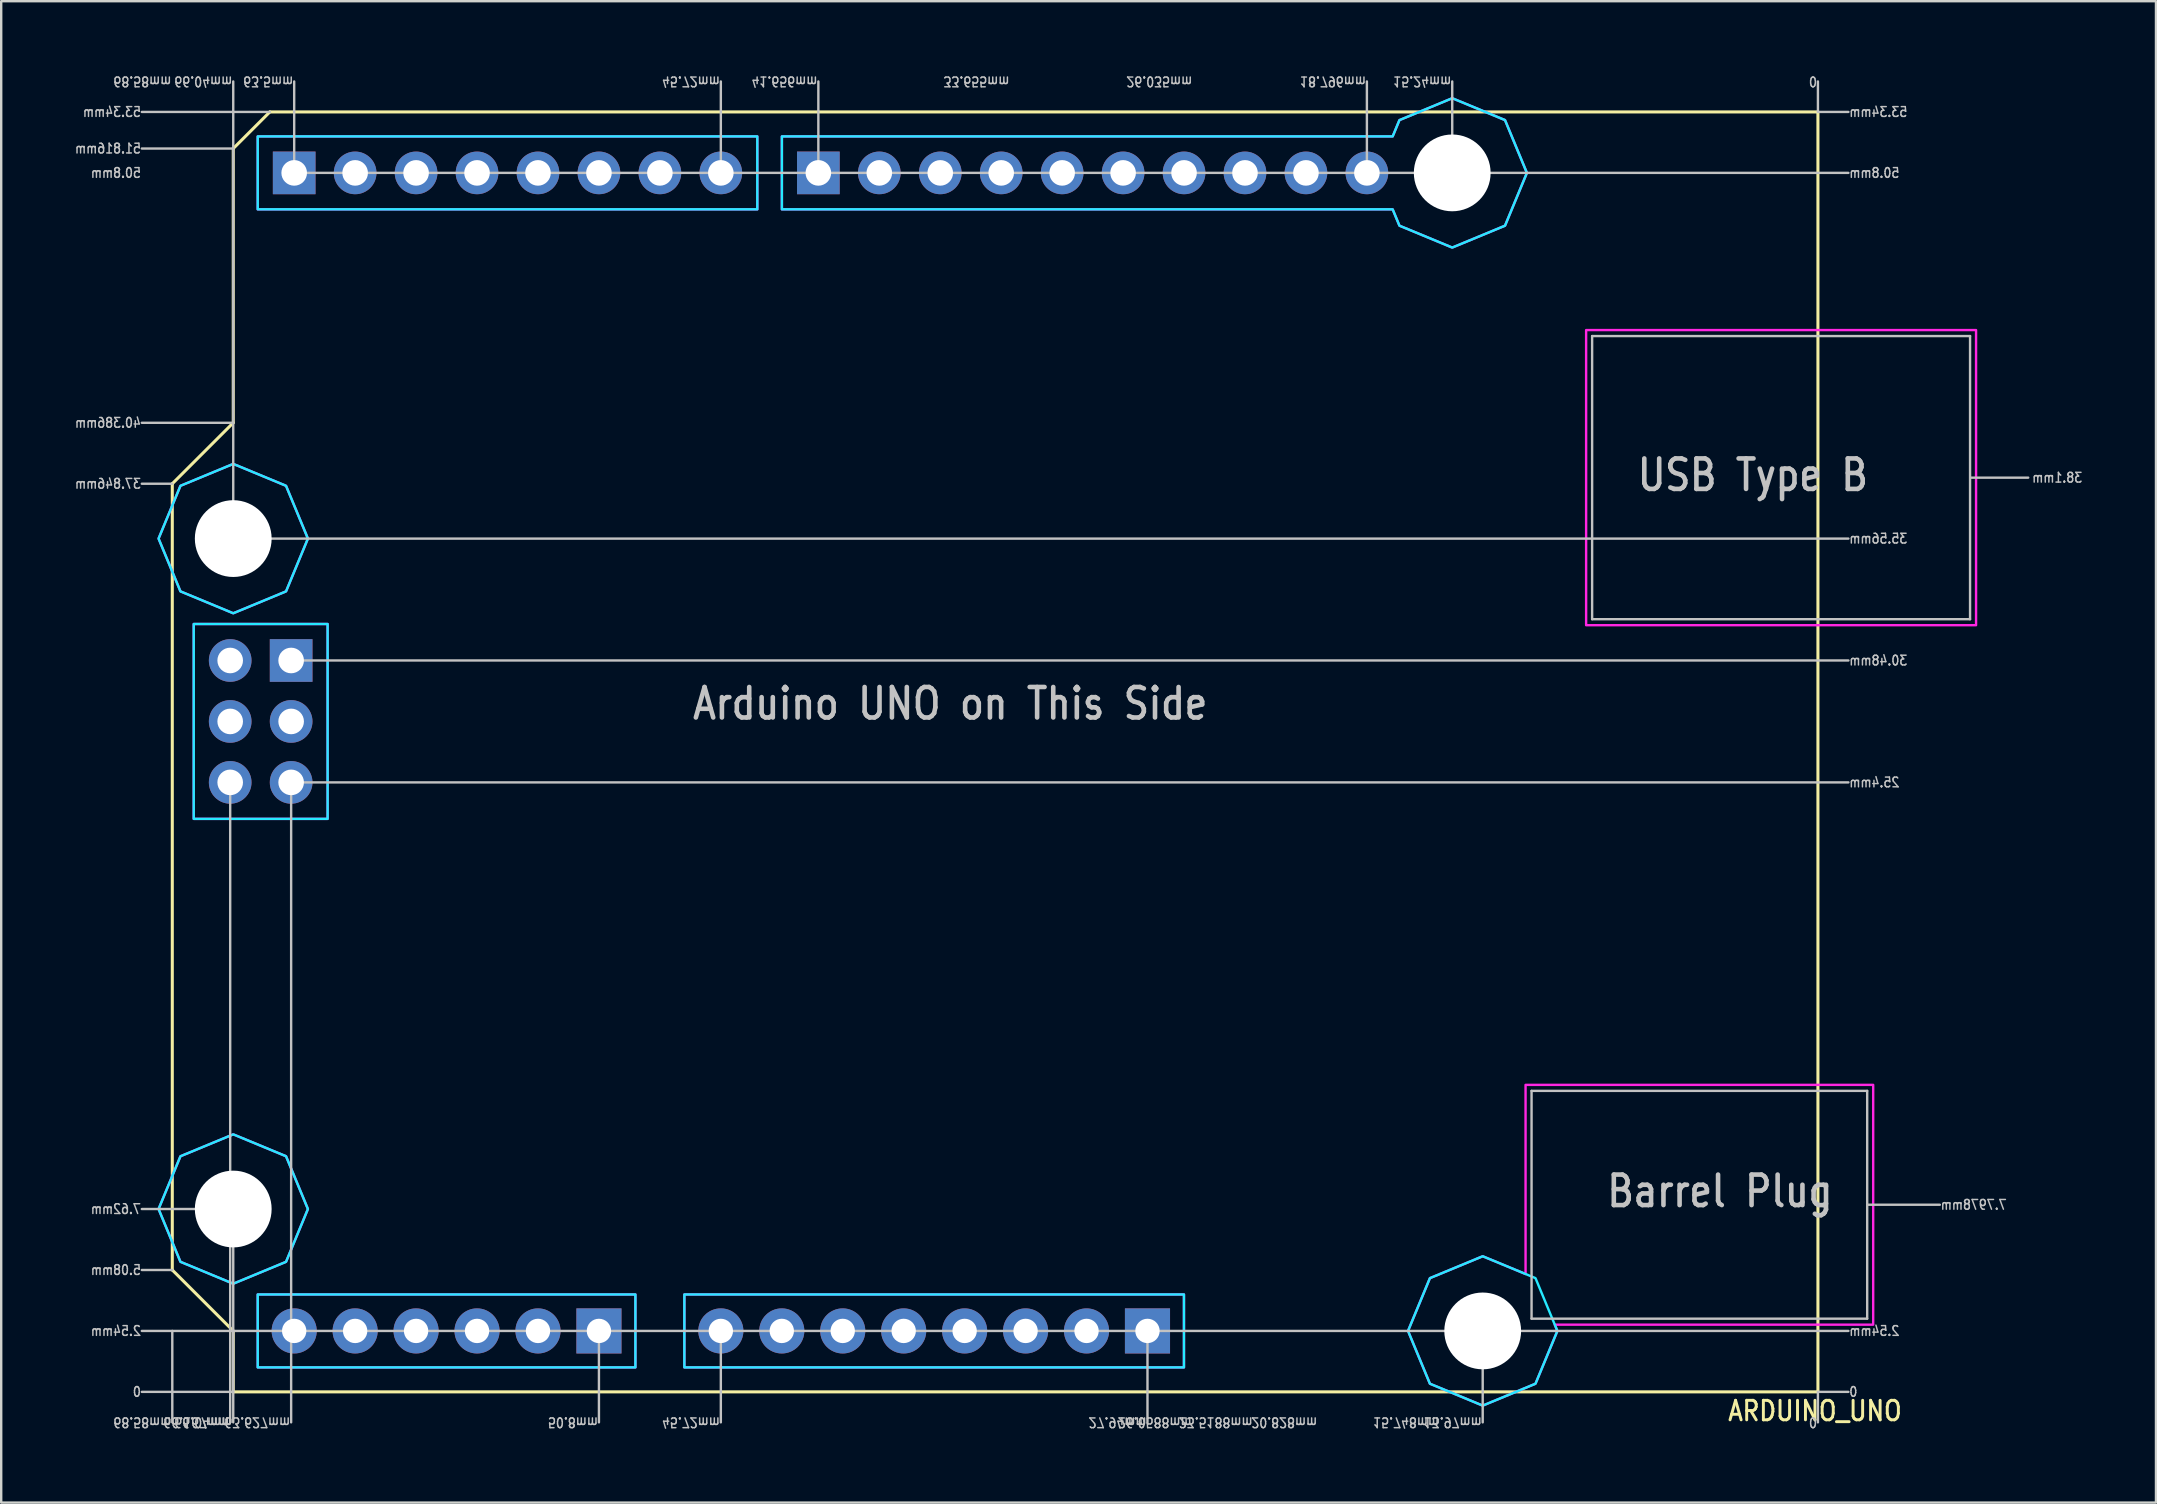
<source format=kicad_pcb>
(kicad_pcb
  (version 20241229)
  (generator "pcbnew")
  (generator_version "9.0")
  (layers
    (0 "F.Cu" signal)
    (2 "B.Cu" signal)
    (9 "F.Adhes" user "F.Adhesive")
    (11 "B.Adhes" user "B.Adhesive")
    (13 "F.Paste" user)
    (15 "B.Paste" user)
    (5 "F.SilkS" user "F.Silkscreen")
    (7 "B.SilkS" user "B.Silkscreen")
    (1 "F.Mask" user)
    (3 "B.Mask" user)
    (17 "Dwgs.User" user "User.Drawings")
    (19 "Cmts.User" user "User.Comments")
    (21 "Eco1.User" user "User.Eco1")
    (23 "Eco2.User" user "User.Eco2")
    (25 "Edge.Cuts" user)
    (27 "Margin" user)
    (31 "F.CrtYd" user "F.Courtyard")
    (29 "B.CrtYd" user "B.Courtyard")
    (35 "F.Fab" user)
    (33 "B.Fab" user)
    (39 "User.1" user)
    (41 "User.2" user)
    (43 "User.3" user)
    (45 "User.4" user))
  (footprint "ARDUINO_UNO"
    (layer "F.Cu")
    (at 72.71 54.955)
    (property "Reference" "ARDUINO_UNO" (at -3.81 1.27 0) (unlocked yes) (layer "F.SilkS") (effects (font (size 0.813 0.695) (thickness 0.122)) (justify left bottom)))
    (fp_circle (center -66.04 -35.56) (end -63.19 -35.56) (stroke (width 0) (type solid)) (fill yes) (layer "F.Mask"))
    (fp_circle (center -66.04 -35.56) (end -63.19 -35.56) (stroke (width 0) (type solid)) (fill yes) (layer "F.Mask"))
    (fp_circle (center -66.04 -7.62) (end -63.19 -7.62) (stroke (width 0) (type solid)) (fill yes) (layer "F.Mask"))
    (fp_circle (center -66.04 -7.62) (end -63.19 -7.62) (stroke (width 0) (type solid)) (fill yes) (layer "F.Mask"))
    (fp_circle (center -15.24 -50.8) (end -12.39 -50.8) (stroke (width 0) (type solid)) (fill yes) (layer "F.Mask"))
    (fp_circle (center -15.24 -50.8) (end -12.39 -50.8) (stroke (width 0) (type solid)) (fill yes) (layer "F.Mask"))
    (fp_circle (center -13.97 -2.54) (end -11.12 -2.54) (stroke (width 0) (type solid)) (fill yes) (layer "F.Mask"))
    (fp_circle (center -13.97 -2.54) (end -11.12 -2.54) (stroke (width 0) (type solid)) (fill yes) (layer "F.Mask"))
    (fp_circle (center -66.04 -35.56) (end -63.19 -35.56) (stroke (width 0) (type solid)) (fill yes) (layer "B.Mask"))
    (fp_circle (center -66.04 -7.62) (end -63.19 -7.62) (stroke (width 0) (type solid)) (fill yes) (layer "B.Mask"))
    (fp_circle (center -15.24 -50.8) (end -12.39 -50.8) (stroke (width 0) (type solid)) (fill yes) (layer "B.Mask"))
    (fp_circle (center -13.97 -2.54) (end -11.12 -2.54) (stroke (width 0) (type solid)) (fill yes) (layer "B.Mask"))
    (fp_line (start -68.58 -37.846) (end -68.58 -5.08) (stroke (width 0.127) (type solid)) (layer "F.SilkS"))
    (fp_line (start -68.58 -5.08) (end -66.04 -2.54) (stroke (width 0.127) (type solid)) (layer "F.SilkS"))
    (fp_line (start -66.04 -51.816) (end -66.04 -40.386) (stroke (width 0.127) (type solid)) (layer "F.SilkS"))
    (fp_line (start -66.04 -40.386) (end -68.58 -37.846) (stroke (width 0.127) (type solid)) (layer "F.SilkS"))
    (fp_line (start -66.04 -2.54) (end -66.04 0) (stroke (width 0.127) (type solid)) (layer "F.SilkS"))
    (fp_line (start -66.04 0) (end 0 0) (stroke (width 0.127) (type solid)) (layer "F.SilkS"))
    (fp_line (start -64.516 -53.34) (end -66.04 -51.816) (stroke (width 0.127) (type solid)) (layer "F.SilkS"))
    (fp_line (start 0 -53.34) (end -64.516 -53.34) (stroke (width 0.127) (type solid)) (layer "F.SilkS"))
    (fp_line (start 0 0) (end 0 -53.34) (stroke (width 0.127) (type solid)) (layer "F.SilkS"))
    (fp_line (start -68.58 -37.846) (end -69.85 -37.846) (stroke (width 0.1) (type solid)) (layer "Dwgs.User"))
    (fp_line (start -68.58 -5.08) (end -69.85 -5.08) (stroke (width 0.1) (type solid)) (layer "Dwgs.User"))
    (fp_line (start -68.58 -2.54) (end -68.58 1.27) (stroke (width 0.1) (type solid)) (layer "Dwgs.User"))
    (fp_line (start -66.167 -25.4) (end -66.167 1.27) (stroke (width 0.1) (type solid)) (layer "Dwgs.User"))
    (fp_line (start -66.04 -51.816) (end -69.85 -51.816) (stroke (width 0.1) (type solid)) (layer "Dwgs.User"))
    (fp_line (start -66.04 -40.386) (end -69.85 -40.386) (stroke (width 0.1) (type solid)) (layer "Dwgs.User"))
    (fp_line (start -66.04 -35.56) (end -66.04 -54.61) (stroke (width 0.1) (type solid)) (layer "Dwgs.User"))
    (fp_line (start -66.04 -35.56) (end 1.27 -35.56) (stroke (width 0.1) (type solid)) (layer "Dwgs.User"))
    (fp_line (start -66.04 -7.62) (end -69.85 -7.62) (stroke (width 0.1) (type solid)) (layer "Dwgs.User"))
    (fp_line (start -66.04 0) (end -69.85 0) (stroke (width 0.1) (type solid)) (layer "Dwgs.User"))
    (fp_line (start -66.04 1.27) (end -66.04 -7.62) (stroke (width 0.1) (type solid)) (layer "Dwgs.User"))
    (fp_line (start -64.516 -53.34) (end -69.85 -53.34) (stroke (width 0.1) (type solid)) (layer "Dwgs.User"))
    (fp_line (start -63.627 -25.4) (end -63.627 1.27) (stroke (width 0.1) (type solid)) (layer "Dwgs.User"))
    (fp_line (start -63.627 -25.4) (end 1.27 -25.4) (stroke (width 0.1) (type solid)) (layer "Dwgs.User"))
    (fp_line (start -63.5 -50.8) (end -63.5 -54.61) (stroke (width 0.1) (type solid)) (layer "Dwgs.User"))
    (fp_line (start -63.5 -50.8) (end -45.72 -50.8) (stroke (width 0.1) (type solid)) (layer "Dwgs.User"))
    (fp_line (start -63.5 -30.48) (end 1.27 -30.48) (stroke (width 0.1) (type solid)) (layer "Dwgs.User"))
    (fp_line (start -50.8 -2.54) (end -50.8 1.27) (stroke (width 0.1) (type solid)) (layer "Dwgs.User"))
    (fp_line (start -45.72 -50.8) (end -45.72 -54.61) (stroke (width 0.1) (type solid)) (layer "Dwgs.User"))
    (fp_line (start -45.72 -50.8) (end -41.656 -50.8) (stroke (width 0.1) (type solid)) (layer "Dwgs.User"))
    (fp_line (start -45.72 -2.54) (end -45.72 1.27) (stroke (width 0.1) (type solid)) (layer "Dwgs.User"))
    (fp_line (start -41.656 -50.8) (end -41.656 -54.61) (stroke (width 0.1) (type solid)) (layer "Dwgs.User"))
    (fp_line (start -41.656 -50.8) (end -18.796 -50.8) (stroke (width 0.1) (type solid)) (layer "Dwgs.User"))
    (fp_line (start -27.94 -2.54) (end -27.94 1.27) (stroke (width 0.1) (type solid)) (layer "Dwgs.User"))
    (fp_line (start -18.796 -50.8) (end -18.796 -54.61) (stroke (width 0.1) (type solid)) (layer "Dwgs.User"))
    (fp_line (start -18.796 -50.8) (end -15.24 -50.8) (stroke (width 0.1) (type solid)) (layer "Dwgs.User"))
    (fp_line (start -15.24 -50.8) (end -15.24 -54.61) (stroke (width 0.1) (type solid)) (layer "Dwgs.User"))
    (fp_line (start -15.24 -50.8) (end 1.27 -50.8) (stroke (width 0.1) (type solid)) (layer "Dwgs.User"))
    (fp_line (start -13.97 -2.54) (end -69.85 -2.54) (stroke (width 0.1) (type solid)) (layer "Dwgs.User"))
    (fp_line (start -13.97 -2.54) (end -13.97 1.27) (stroke (width 0.1) (type solid)) (layer "Dwgs.User"))
    (fp_line (start -13.97 -2.54) (end 1.27 -2.54) (stroke (width 0.1) (type solid)) (layer "Dwgs.User"))
    (fp_line (start -11.934 -12.544) (end -11.934 -3.052) (stroke (width 0.1) (type solid)) (layer "Dwgs.User"))
    (fp_line (start -11.934 -3.052) (end 2.053 -3.052) (stroke (width 0.1) (type solid)) (layer "Dwgs.User"))
    (fp_line (start -9.41 -44) (end 6.34 -44) (stroke (width 0.1) (type solid)) (layer "Dwgs.User"))
    (fp_line (start -9.41 -32.2) (end -9.41 -44) (stroke (width 0.1) (type solid)) (layer "Dwgs.User"))
    (fp_line (start 0 -53.34) (end 0 -54.61) (stroke (width 0.1) (type solid)) (layer "Dwgs.User"))
    (fp_line (start 0 -53.34) (end 1.27 -53.34) (stroke (width 0.1) (type solid)) (layer "Dwgs.User"))
    (fp_line (start 0 0) (end 0 1.27) (stroke (width 0.1) (type solid)) (layer "Dwgs.User"))
    (fp_line (start 0 0) (end 1.27 0) (stroke (width 0.1) (type solid)) (layer "Dwgs.User"))
    (fp_line (start 2.053 -12.544) (end -11.934 -12.544) (stroke (width 0.1) (type solid)) (layer "Dwgs.User"))
    (fp_line (start 2.053 -7.798) (end 5.08 -7.798) (stroke (width 0.1) (type solid)) (layer "Dwgs.User"))
    (fp_line (start 2.053 -3.052) (end 2.053 -12.544) (stroke (width 0.1) (type solid)) (layer "Dwgs.User"))
    (fp_line (start 6.34 -44) (end 6.34 -32.2) (stroke (width 0.1) (type solid)) (layer "Dwgs.User"))
    (fp_line (start 6.34 -32.2) (end -9.41 -32.2) (stroke (width 0.1) (type solid)) (layer "Dwgs.User"))
    (fp_line (start 6.35 -38.1) (end 8.763 -38.1) (stroke (width 0.1) (type solid)) (layer "Dwgs.User"))
    (fp_poly (pts (xy -62.107 -32) (xy -67.687 -32) (xy -67.687 -23.88) (xy -62.107 -23.88)) (stroke (width 0.1) (type solid)) (fill no) (layer "B.CrtYd"))
    (fp_poly (pts (xy -49.28 -4.06) (xy -65.02 -4.06) (xy -65.02 -1.02) (xy -49.28 -1.02)) (stroke (width 0.1) (type solid)) (fill no) (layer "B.CrtYd"))
    (fp_poly (pts (xy -44.2 -52.32) (xy -65.02 -52.32) (xy -65.02 -49.28) (xy -44.2 -49.28)) (stroke (width 0.1) (type solid)) (fill no) (layer "B.CrtYd"))
    (fp_poly (pts (xy -26.42 -4.06) (xy -47.24 -4.06) (xy -47.24 -1.02) (xy -26.42 -1.02)) (stroke (width 0.1) (type solid)) (fill no) (layer "B.CrtYd"))
    (fp_poly (pts (xy -69.152 -35.56) (xy -68.24 -37.76) (xy -66.04 -38.672) (xy -63.84 -37.76) (xy -62.928 -35.56) (xy -63.84 -33.36) (xy -66.04 -32.448) (xy -68.24 -33.36)) (stroke (width 0.1) (type solid)) (fill no) (layer "B.CrtYd"))
    (fp_poly (pts (xy -69.152 -7.62) (xy -68.24 -9.82) (xy -66.04 -10.732) (xy -63.84 -9.82) (xy -62.928 -7.62) (xy -63.84 -5.42) (xy -66.04 -4.508) (xy -68.24 -5.42)) (stroke (width 0.1) (type solid)) (fill no) (layer "B.CrtYd"))
    (fp_poly (pts (xy -17.082 -2.54) (xy -16.17 -4.74) (xy -13.97 -5.652) (xy -11.77 -4.74) (xy -10.858 -2.54) (xy -11.77 -0.34) (xy -13.97 0.572) (xy -16.17 -0.34)) (stroke (width 0.1) (type solid)) (fill no) (layer "B.CrtYd"))
    (fp_poly (pts (xy -17.722 -52.32) (xy -17.44 -53) (xy -15.24 -53.912) (xy -13.04 -53) (xy -12.128 -50.8) (xy -13.04 -48.6) (xy -15.24 -47.688) (xy -17.44 -48.6) (xy -17.722 -49.28) (xy -43.176 -49.28) (xy -43.176 -52.32)) (stroke (width 0.1) (type solid)) (fill no) (layer "B.CrtYd"))
    (fp_poly (pts (xy -62.107 -32) (xy -67.687 -32) (xy -67.687 -23.88) (xy -62.107 -23.88)) (stroke (width 0.1) (type solid)) (fill no) (layer "F.CrtYd"))
    (fp_poly (pts (xy -49.28 -4.06) (xy -65.02 -4.06) (xy -65.02 -1.02) (xy -49.28 -1.02)) (stroke (width 0.1) (type solid)) (fill no) (layer "F.CrtYd"))
    (fp_poly (pts (xy -44.2 -52.32) (xy -65.02 -52.32) (xy -65.02 -49.28) (xy -44.2 -49.28)) (stroke (width 0.1) (type solid)) (fill no) (layer "F.CrtYd"))
    (fp_poly (pts (xy -26.42 -4.06) (xy -47.24 -4.06) (xy -47.24 -1.02) (xy -26.42 -1.02)) (stroke (width 0.1) (type solid)) (fill no) (layer "F.CrtYd"))
    (fp_poly (pts (xy 6.59 -44.25) (xy -9.66 -44.25) (xy -9.66 -31.95) (xy 6.59 -31.95)) (stroke (width 0.1) (type solid)) (fill no) (layer "F.CrtYd"))
    (fp_poly (pts (xy -69.152 -35.56) (xy -68.24 -37.76) (xy -66.04 -38.672) (xy -63.84 -37.76) (xy -62.928 -35.56) (xy -63.84 -33.36) (xy -66.04 -32.448) (xy -68.24 -33.36)) (stroke (width 0.1) (type solid)) (fill no) (layer "F.CrtYd"))
    (fp_poly (pts (xy -69.152 -7.62) (xy -68.24 -9.82) (xy -66.04 -10.732) (xy -63.84 -9.82) (xy -62.928 -7.62) (xy -63.84 -5.42) (xy -66.04 -4.508) (xy -68.24 -5.42)) (stroke (width 0.1) (type solid)) (fill no) (layer "F.CrtYd"))
    (fp_poly (pts (xy -17.722 -52.32) (xy -17.44 -53) (xy -15.24 -53.912) (xy -13.04 -53) (xy -12.128 -50.8) (xy -13.04 -48.6) (xy -15.24 -47.688) (xy -17.44 -48.6) (xy -17.722 -49.28) (xy -43.176 -49.28) (xy -43.176 -52.32)) (stroke (width 0.1) (type solid)) (fill no) (layer "F.CrtYd"))
    (fp_poly (pts (xy -17.082 -2.54) (xy -16.17 -4.74) (xy -13.97 -5.652) (xy -12.184 -4.912) (xy -12.184 -12.794) (xy 2.303 -12.794) (xy 2.303 -2.802) (xy -10.967 -2.802) (xy -10.858 -2.54) (xy -11.77 -0.34) (xy -13.97 0.572) (xy -16.17 -0.34)) (stroke (width 0.1) (type solid)) (fill no) (layer "F.CrtYd"))
    (fp_text user "35.56mm" (at 1.27 -35.56 0) (unlocked yes) (layer "Dwgs.User") (effects (font (size 0.406 0.347) (thickness 0.061)) (justify right mirror)))
    (fp_text user "53.34mm" (at 1.27 -53.34 0) (unlocked yes) (layer "Dwgs.User") (effects (font (size 0.406 0.347) (thickness 0.061)) (justify right mirror)))
    (fp_text user "45.72mm" (at -45.72 1.27 180) (unlocked yes) (layer "Dwgs.User") (effects (font (size 0.406 0.347) (thickness 0.061)) (justify right mirror)))
    (fp_text user "7.7978mm" (at 5.08 -7.798 0) (unlocked yes) (layer "Dwgs.User") (effects (font (size 0.406 0.347) (thickness 0.061)) (justify right mirror)))
    (fp_text user "15.748mm" (at -15.748 1.27 180) (unlocked yes) (layer "Dwgs.User") (effects (font (size 0.406 0.347) (thickness 0.061)) (justify right mirror)))
    (fp_text user "50.8mm" (at -50.8 1.27 180) (unlocked yes) (layer "Dwgs.User") (effects (font (size 0.406 0.347) (thickness 0.061)) (justify right mirror)))
    (fp_text user "0" (at 0 1.27 180) (unlocked yes) (layer "Dwgs.User") (effects (font (size 0.406 0.347) (thickness 0.061)) (justify right mirror)))
    (fp_text user "40.386mm" (at -69.85 -40.386 0) (unlocked yes) (layer "Dwgs.User") (effects (font (size 0.406 0.347) (thickness 0.061)) (justify left mirror)))
    (fp_text user "63.5mm" (at -63.5 -54.61 180) (unlocked yes) (layer "Dwgs.User") (effects (font (size 0.406 0.347) (thickness 0.061)) (justify right mirror)))
    (fp_text user "26.035mm" (at -26.035 -54.61 180) (unlocked yes) (layer "Dwgs.User") (effects (font (size 0.406 0.347) (thickness 0.061)) (justify right mirror)))
    (fp_text user "50.8mm" (at 1.27 -50.8 0) (unlocked yes) (layer "Dwgs.User") (effects (font (size 0.406 0.347) (thickness 0.061)) (justify right mirror)))
    (fp_text user "15.24mm" (at -15.24 -54.61 180) (unlocked yes) (layer "Dwgs.User") (effects (font (size 0.406 0.347) (thickness 0.061)) (justify right mirror)))
    (fp_text user "53.34mm" (at -69.85 -53.34 0) (unlocked yes) (layer "Dwgs.User") (effects (font (size 0.406 0.347) (thickness 0.061)) (justify left mirror)))
    (fp_text user "5.08mm" (at -69.85 -5.08 0) (unlocked yes) (layer "Dwgs.User") (effects (font (size 0.406 0.347) (thickness 0.061)) (justify left mirror)))
    (fp_text user "Barrel Plug" (at -8.89 -7.62 0) (unlocked yes) (layer "Dwgs.User") (effects (font (size 1.27 1.086) (thickness 0.191)) (justify left bottom)))
    (fp_text user "37.846mm" (at -69.85 -37.846 0) (unlocked yes) (layer "Dwgs.User") (effects (font (size 0.406 0.347) (thickness 0.061)) (justify left mirror)))
    (fp_text user "26.0588mm" (at -26.059 1.27 180) (unlocked yes) (layer "Dwgs.User") (effects (font (size 0.406 0.347) (thickness 0.061)) (justify right mirror)))
    (fp_text user "0" (at 0 -54.61 180) (unlocked yes) (layer "Dwgs.User") (effects (font (size 0.406 0.347) (thickness 0.061)) (justify right mirror)))
    (fp_text user "27.94mm" (at -27.94 1.27 180) (unlocked yes) (layer "Dwgs.User") (effects (font (size 0.406 0.347) (thickness 0.061)) (justify right mirror)))
    (fp_text user "68.58mm" (at -68.58 -54.61 180) (unlocked yes) (layer "Dwgs.User") (effects (font (size 0.406 0.347) (thickness 0.061)) (justify right mirror)))
    (fp_text user "68.58mm" (at -68.58 1.27 180) (unlocked yes) (layer "Dwgs.User") (effects (font (size 0.406 0.347) (thickness 0.061)) (justify right mirror)))
    (fp_text user "38.1mm" (at 8.89 -38.1 0) (unlocked yes) (layer "Dwgs.User") (effects (font (size 0.406 0.347) (thickness 0.061)) (justify right mirror)))
    (fp_text user "13.97mm" (at -13.97 1.27 180) (unlocked yes) (layer "Dwgs.User") (effects (font (size 0.406 0.347) (thickness 0.061)) (justify right mirror)))
    (fp_text user "USB Type B" (at -7.62 -37.465 0) (unlocked yes) (layer "Dwgs.User") (effects (font (size 1.27 1.086) (thickness 0.191)) (justify left bottom)))
    (fp_text user "66.04mm" (at -66.04 -54.61 180) (unlocked yes) (layer "Dwgs.User") (effects (font (size 0.406 0.347) (thickness 0.061)) (justify right mirror)))
    (fp_text user "7.62mm" (at -69.85 -7.62 0) (unlocked yes) (layer "Dwgs.User") (effects (font (size 0.406 0.347) (thickness 0.061)) (justify left mirror)))
    (fp_text user "18.796mm" (at -18.796 -54.61 180) (unlocked yes) (layer "Dwgs.User") (effects (font (size 0.406 0.347) (thickness 0.061)) (justify right mirror)))
    (fp_text user "0" (at 1.27 0 0) (unlocked yes) (layer "Dwgs.User") (effects (font (size 0.406 0.347) (thickness 0.061)) (justify right mirror)))
    (fp_text user "30.48mm" (at 1.27 -30.48 0) (unlocked yes) (layer "Dwgs.User") (effects (font (size 0.406 0.347) (thickness 0.061)) (justify right mirror)))
    (fp_text user "66.04mm" (at -66.04 1.27 180) (unlocked yes) (layer "Dwgs.User") (effects (font (size 0.406 0.347) (thickness 0.061)) (justify right mirror)))
    (fp_text user "33.655mm" (at -33.655 -54.61 180) (unlocked yes) (layer "Dwgs.User") (effects (font (size 0.406 0.347) (thickness 0.061)) (justify right mirror)))
    (fp_text user "Arduino UNO on This Side" (at -46.99 -27.94 0) (unlocked yes) (layer "Dwgs.User") (effects (font (size 1.27 1.086) (thickness 0.191)) (justify left bottom)))
    (fp_text user "23.5188mm" (at -23.519 1.27 180) (unlocked yes) (layer "Dwgs.User") (effects (font (size 0.406 0.347) (thickness 0.061)) (justify right mirror)))
    (fp_text user "41.656mm" (at -41.656 -54.61 180) (unlocked yes) (layer "Dwgs.User") (effects (font (size 0.406 0.347) (thickness 0.061)) (justify right mirror)))
    (fp_text user "50.8mm" (at -69.85 -50.8 0) (unlocked yes) (layer "Dwgs.User") (effects (font (size 0.406 0.347) (thickness 0.061)) (justify left mirror)))
    (fp_text user "66.167mm" (at -66.167 1.27 180) (unlocked yes) (layer "Dwgs.User") (effects (font (size 0.406 0.347) (thickness 0.061)) (justify right mirror)))
    (fp_text user "2.54mm" (at 1.27 -2.54 0) (unlocked yes) (layer "Dwgs.User") (effects (font (size 0.406 0.347) (thickness 0.061)) (justify right mirror)))
    (fp_text user "0" (at -69.85 0 0) (unlocked yes) (layer "Dwgs.User") (effects (font (size 0.406 0.347) (thickness 0.061)) (justify left mirror)))
    (fp_text user "45.72mm" (at -45.72 -54.61 180) (unlocked yes) (layer "Dwgs.User") (effects (font (size 0.406 0.347) (thickness 0.061)) (justify right mirror)))
    (fp_text user "51.816mm" (at -69.85 -51.816 0) (unlocked yes) (layer "Dwgs.User") (effects (font (size 0.406 0.347) (thickness 0.061)) (justify left mirror)))
    (fp_text user "20.828mm" (at -20.828 1.27 180) (unlocked yes) (layer "Dwgs.User") (effects (font (size 0.406 0.347) (thickness 0.061)) (justify right mirror)))
    (fp_text user "63.627mm" (at -63.627 1.27 180) (unlocked yes) (layer "Dwgs.User") (effects (font (size 0.406 0.347) (thickness 0.061)) (justify right mirror)))
    (fp_text user "25.4mm" (at 1.27 -25.4 0) (unlocked yes) (layer "Dwgs.User") (effects (font (size 0.406 0.347) (thickness 0.061)) (justify right mirror)))
    (fp_text user "2.54mm" (at -69.85 -2.54 0) (unlocked yes) (layer "Dwgs.User") (effects (font (size 0.406 0.347) (thickness 0.061)) (justify left mirror)))
    (pad "" np_thru_hole circle (at -66.04 -35.56) (size 3.2 3.2) (drill 3.2) (layers "*.Cu" "*.Mask"))
    (pad "" np_thru_hole circle (at -66.04 -7.62) (size 3.2 3.2) (drill 3.2) (layers "*.Cu" "*.Mask"))
    (pad "" np_thru_hole circle (at -15.24 -50.8) (size 3.2 3.2) (drill 3.2) (layers "*.Cu" "*.Mask"))
    (pad "" np_thru_hole circle (at -13.97 -2.54) (size 3.2 3.2) (drill 3.2) (layers "*.Cu" "*.Mask"))
    (pad "0" thru_hole rect (at -63.5 -50.8 270) (size 1.778 1.778) (drill 1.067) (layers "*.Cu" "*.Mask"))
    (pad "1" thru_hole oval (at -60.96 -50.8 270) (size 1.778 1.778) (drill 1.067) (layers "*.Cu" "*.Mask"))
    (pad "2" thru_hole oval (at -58.42 -50.8 270) (size 1.778 1.778) (drill 1.067) (layers "*.Cu" "*.Mask"))
    (pad "3" thru_hole oval (at -55.88 -50.8 270) (size 1.778 1.778) (drill 1.067) (layers "*.Cu" "*.Mask"))
    (pad "3V3" thru_hole oval (at -35.56 -2.54 90) (size 1.88 1.88) (drill 1.016) (layers "*.Cu" "*.Mask"))
    (pad "4" thru_hole oval (at -53.34 -50.8 270) (size 1.778 1.778) (drill 1.067) (layers "*.Cu" "*.Mask"))
    (pad "5" thru_hole oval (at -50.8 -50.8 270) (size 1.778 1.778) (drill 1.067) (layers "*.Cu" "*.Mask"))
    (pad "5V0" thru_hole oval (at -38.1 -2.54 90) (size 1.88 1.88) (drill 1.016) (layers "*.Cu" "*.Mask"))
    (pad "5V_2" thru_hole oval (at -66.167 -30.48 180) (size 1.778 1.778) (drill 1.067) (layers "*.Cu" "*.Mask"))
    (pad "6" thru_hole oval (at -48.26 -50.8 270) (size 1.778 1.778) (drill 1.067) (layers "*.Cu" "*.Mask"))
    (pad "7" thru_hole oval (at -45.72 -50.8 270) (size 1.778 1.778) (drill 1.067) (layers "*.Cu" "*.Mask"))
    (pad "8" thru_hole rect (at -41.656 -50.8 270) (size 1.778 1.778) (drill 1.067) (layers "*.Cu" "*.Mask"))
    (pad "9" thru_hole oval (at -39.116 -50.8 270) (size 1.778 1.778) (drill 1.067) (layers "*.Cu" "*.Mask"))
    (pad "10" thru_hole oval (at -36.576 -50.8 270) (size 1.778 1.778) (drill 1.067) (layers "*.Cu" "*.Mask"))
    (pad "11" thru_hole oval (at -34.036 -50.8 270) (size 1.778 1.778) (drill 1.067) (layers "*.Cu" "*.Mask"))
    (pad "12" thru_hole oval (at -31.496 -50.8 270) (size 1.778 1.778) (drill 1.067) (layers "*.Cu" "*.Mask"))
    (pad "13" thru_hole oval (at -28.956 -50.8 270) (size 1.778 1.778) (drill 1.067) (layers "*.Cu" "*.Mask"))
    (pad "A0" thru_hole rect (at -50.8 -2.54 90) (size 1.88 1.88) (drill 1.016) (layers "*.Cu" "*.Mask"))
    (pad "A1" thru_hole oval (at -53.34 -2.54 90) (size 1.88 1.88) (drill 1.016) (layers "*.Cu" "*.Mask"))
    (pad "A2" thru_hole oval (at -55.88 -2.54 90) (size 1.88 1.88) (drill 1.016) (layers "*.Cu" "*.Mask"))
    (pad "A3" thru_hole oval (at -58.42 -2.54 90) (size 1.88 1.88) (drill 1.016) (layers "*.Cu" "*.Mask"))
    (pad "A4" thru_hole oval (at -60.96 -2.54 90) (size 1.88 1.88) (drill 1.016) (layers "*.Cu" "*.Mask"))
    (pad "A5" thru_hole oval (at -63.5 -2.54 90) (size 1.88 1.88) (drill 1.016) (layers "*.Cu" "*.Mask"))
    (pad "AREF" thru_hole oval (at -23.876 -50.8 270) (size 1.778 1.778) (drill 1.067) (layers "*.Cu" "*.Mask"))
    (pad "GND" thru_hole oval (at -40.64 -2.54 90) (size 1.88 1.88) (drill 1.016) (layers "*.Cu" "*.Mask"))
    (pad "GND_1" thru_hole oval (at -43.18 -2.54 90) (size 1.88 1.88) (drill 1.016) (layers "*.Cu" "*.Mask"))
    (pad "GND_4" thru_hole oval (at -26.416 -50.8 270) (size 1.778 1.778) (drill 1.067) (layers "*.Cu" "*.Mask"))
    (pad "GND_5" thru_hole oval (at -66.167 -25.4 180) (size 1.778 1.778) (drill 1.067) (layers "*.Cu" "*.Mask"))
    (pad "IOREF" thru_hole oval (at -30.48 -2.54 90) (size 1.88 1.88) (drill 1.016) (layers "*.Cu" "*.Mask"))
    (pad "MASTER_RESET_SPI" thru_hole oval (at -63.627 -25.4 180) (size 1.778 1.778) (drill 1.067) (layers "*.Cu" "*.Mask"))
    (pad "MISO" thru_hole rect (at -63.627 -30.48 180) (size 1.778 1.778) (drill 1.067) (layers "*.Cu" "*.Mask"))
    (pad "MOSI" thru_hole oval (at -66.167 -27.94 180) (size 1.778 1.778) (drill 1.067) (layers "*.Cu" "*.Mask"))
    (pad "NC_2" thru_hole rect (at -27.94 -2.54 90) (size 1.88 1.88) (drill 1.016) (layers "*.Cu" "*.Mask"))
    (pad "RESET" thru_hole oval (at -33.02 -2.54 90) (size 1.88 1.88) (drill 1.016) (layers "*.Cu" "*.Mask"))
    (pad "SCL" thru_hole oval (at -18.796 -50.8 270) (size 1.778 1.778) (drill 1.067) (layers "*.Cu" "*.Mask"))
    (pad "SDA" thru_hole oval (at -21.336 -50.8 270) (size 1.778 1.778) (drill 1.067) (layers "*.Cu" "*.Mask"))
    (pad "SPCK" thru_hole oval (at -63.627 -27.94 180) (size 1.778 1.778) (drill 1.067) (layers "*.Cu" "*.Mask"))
    (pad "VIN" thru_hole oval (at -45.72 -2.54 90) (size 1.88 1.88) (drill 1.016) (layers "*.Cu" "*.Mask")))
  (gr_rect
    (start -3 -3)
    (end 86.798 59.569)
    (stroke (width 0.1) (type default))
    (fill no)
    (layer "Edge.Cuts")))
</source>
